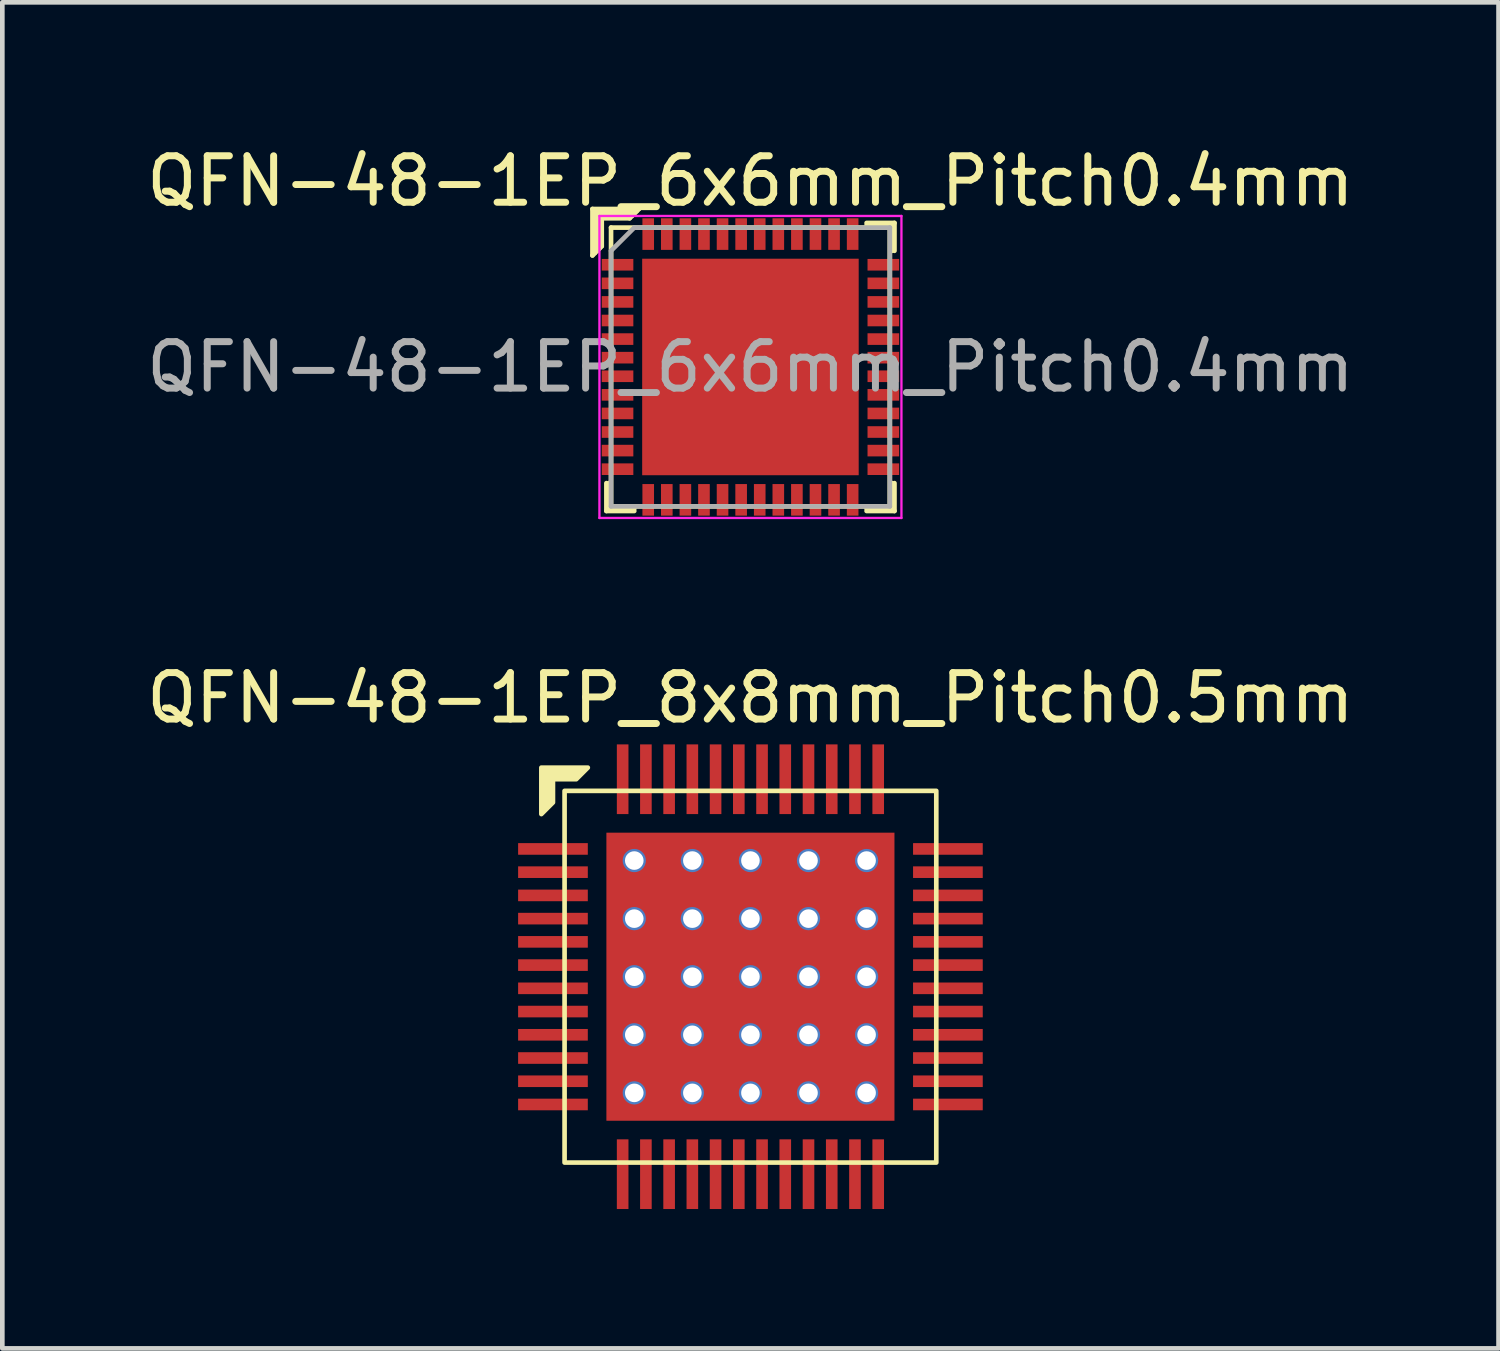
<source format=kicad_pcb>
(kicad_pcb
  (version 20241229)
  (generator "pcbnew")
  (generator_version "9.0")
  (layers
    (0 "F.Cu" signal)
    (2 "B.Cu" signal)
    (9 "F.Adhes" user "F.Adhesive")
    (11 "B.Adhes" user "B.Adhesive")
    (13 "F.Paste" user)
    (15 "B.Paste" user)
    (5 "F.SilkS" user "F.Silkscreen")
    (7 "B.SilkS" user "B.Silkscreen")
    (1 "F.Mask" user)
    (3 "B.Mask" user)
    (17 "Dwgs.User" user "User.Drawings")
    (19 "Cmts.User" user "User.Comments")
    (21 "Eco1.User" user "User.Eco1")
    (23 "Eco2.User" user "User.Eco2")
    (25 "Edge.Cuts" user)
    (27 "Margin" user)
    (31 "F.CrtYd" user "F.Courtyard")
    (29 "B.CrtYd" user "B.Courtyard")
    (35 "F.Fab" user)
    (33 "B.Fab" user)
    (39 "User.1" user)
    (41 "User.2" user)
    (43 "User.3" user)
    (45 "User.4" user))
  (footprint "QFN-48-1EP_6x6mm_Pitch0.4mm"
    (layer "F.Cu")
    (at 13.101 4.848)
    (property "Reference" "QFN-48-1EP_6x6mm_Pitch0.4mm" (at 0 -4 0) (layer "F.SilkS") (effects (font (size 1 1) (thickness 0.15))))
    (attr smd)
    (fp_line (start -3.4 -3.4) (end -2.4 -3.4) (stroke (width 0.1) (type solid)) (layer "F.SilkS"))
    (fp_line (start -3.4 -2.4) (end -3.4 -3.4) (stroke (width 0.1) (type solid)) (layer "F.SilkS"))
    (fp_line (start -3.35 -3.35) (end -2.45 -3.35) (stroke (width 0.1) (type solid)) (layer "F.SilkS"))
    (fp_line (start -3.35 -2.45) (end -3.35 -3.35) (stroke (width 0.1) (type solid)) (layer "F.SilkS"))
    (fp_line (start -3.3 -3.3) (end -3.3 -2.5) (stroke (width 0.1) (type solid)) (layer "F.SilkS"))
    (fp_line (start -3.25 -3.25) (end -3.25 -2.55) (stroke (width 0.1) (type solid)) (layer "F.SilkS"))
    (fp_line (start -3.2 -3.2) (end -3.2 -2.6) (stroke (width 0.1) (type solid)) (layer "F.SilkS"))
    (fp_line (start -3.2 -2.6) (end -3.4 -2.4) (stroke (width 0.1) (type solid)) (layer "F.SilkS"))
    (fp_line (start -3.1 3.1) (end -3.1 2.5) (stroke (width 0.1) (type solid)) (layer "F.SilkS"))
    (fp_line (start -3.05 3.05) (end -3.05 2.5) (stroke (width 0.1) (type solid)) (layer "F.SilkS"))
    (fp_line (start -3 -3) (end -3 3) (stroke (width 0.1) (type solid)) (layer "F.SilkS"))
    (fp_line (start -3 3) (end 3 3) (stroke (width 0.1) (type solid)) (layer "F.SilkS"))
    (fp_line (start -2.6 -3.2) (end -3.2 -3.2) (stroke (width 0.1) (type solid)) (layer "F.SilkS"))
    (fp_line (start -2.55 -3.25) (end -3.25 -3.25) (stroke (width 0.1) (type solid)) (layer "F.SilkS"))
    (fp_line (start -2.5 -3.3) (end -3.3 -3.3) (stroke (width 0.1) (type solid)) (layer "F.SilkS"))
    (fp_line (start -2.5 3.05) (end -3.05 3.05) (stroke (width 0.1) (type solid)) (layer "F.SilkS"))
    (fp_line (start -2.5 3.1) (end -3.1 3.1) (stroke (width 0.1) (type solid)) (layer "F.SilkS"))
    (fp_line (start -2.4 -3.4) (end -2.6 -3.2) (stroke (width 0.1) (type solid)) (layer "F.SilkS"))
    (fp_line (start 2.5 -3.05) (end 3.05 -3.05) (stroke (width 0.1) (type solid)) (layer "F.SilkS"))
    (fp_line (start 3 -3) (end -3 -3) (stroke (width 0.1) (type solid)) (layer "F.SilkS"))
    (fp_line (start 3 3) (end 3 -3) (stroke (width 0.1) (type solid)) (layer "F.SilkS"))
    (fp_line (start 3.05 -3.05) (end 3.05 -2.5) (stroke (width 0.1) (type solid)) (layer "F.SilkS"))
    (fp_line (start 3.05 2.5) (end 3.05 3.05) (stroke (width 0.1) (type solid)) (layer "F.SilkS"))
    (fp_line (start 3.05 3.05) (end 2.5 3.05) (stroke (width 0.1) (type solid)) (layer "F.SilkS"))
    (fp_line (start 3.1 -3.1) (end 2.5 -3.1) (stroke (width 0.1) (type solid)) (layer "F.SilkS"))
    (fp_line (start 3.1 -2.5) (end 3.1 -3.1) (stroke (width 0.1) (type solid)) (layer "F.SilkS"))
    (fp_line (start 3.1 2.5) (end 3.1 3.1) (stroke (width 0.1) (type solid)) (layer "F.SilkS"))
    (fp_line (start 3.1 3.1) (end 2.5 3.1) (stroke (width 0.1) (type solid)) (layer "F.SilkS"))
    (fp_line (start -3.25 -3.25) (end -3.25 3.25) (stroke (width 0.05) (type solid)) (layer "F.CrtYd"))
    (fp_line (start -3.25 3.25) (end 3.25 3.25) (stroke (width 0.05) (type solid)) (layer "F.CrtYd"))
    (fp_line (start 3.25 -3.25) (end -3.25 -3.25) (stroke (width 0.05) (type solid)) (layer "F.CrtYd"))
    (fp_line (start 3.25 3.25) (end 3.25 -3.25) (stroke (width 0.05) (type solid)) (layer "F.CrtYd"))
    (fp_line (start -3 3) (end -3 -2.5) (stroke (width 0.1) (type solid)) (layer "F.Fab"))
    (fp_line (start -2.5 -3) (end -3 -2.5) (stroke (width 0.1) (type solid)) (layer "F.Fab"))
    (fp_line (start 3 -3) (end -2.5 -3) (stroke (width 0.1) (type solid)) (layer "F.Fab"))
    (fp_line (start 3 -3) (end 3 3) (stroke (width 0.1) (type solid)) (layer "F.Fab"))
    (fp_line (start 3 3) (end -3 3) (stroke (width 0.1) (type solid)) (layer "F.Fab"))
    (fp_text user "${REFERENCE}" (at 0 0 0) (layer "F.Fab") (effects (font (size 1 1) (thickness 0.15))))
    (pad "" smd rect (at -1.725 -1.725) (size 0.9 0.9) (layers "F.Paste"))
    (pad "" smd rect (at -1.725 -0.575) (size 0.9 0.9) (layers "F.Paste"))
    (pad "" smd rect (at -1.725 0.575) (size 0.9 0.9) (layers "F.Paste"))
    (pad "" smd rect (at -1.725 1.725) (size 0.9 0.9) (layers "F.Paste"))
    (pad "" smd rect (at -0.575 -1.725) (size 0.9 0.9) (layers "F.Paste"))
    (pad "" smd rect (at -0.575 -0.575) (size 0.9 0.9) (layers "F.Paste"))
    (pad "" smd rect (at -0.575 0.575) (size 0.9 0.9) (layers "F.Paste"))
    (pad "" smd rect (at -0.575 1.725) (size 0.9 0.9) (layers "F.Paste"))
    (pad "" smd rect (at 0.575 -1.725) (size 0.9 0.9) (layers "F.Paste"))
    (pad "" smd rect (at 0.575 -0.575) (size 0.9 0.9) (layers "F.Paste"))
    (pad "" smd rect (at 0.575 0.575) (size 0.9 0.9) (layers "F.Paste"))
    (pad "" smd rect (at 0.575 1.725) (size 0.9 0.9) (layers "F.Paste"))
    (pad "" smd rect (at 1.725 -1.725) (size 0.9 0.9) (layers "F.Paste"))
    (pad "" smd rect (at 1.725 -0.575) (size 0.9 0.9) (layers "F.Paste"))
    (pad "" smd rect (at 1.725 0.575) (size 0.9 0.9) (layers "F.Paste"))
    (pad "" smd rect (at 1.725 1.725) (size 0.9 0.9) (layers "F.Paste"))
    (pad "1" smd rect (at -2.86 -2.2) (size 0.68 0.25) (layers "F.Cu" "F.Mask" "F.Paste"))
    (pad "2" smd rect (at -2.86 -1.8) (size 0.68 0.25) (layers "F.Cu" "F.Mask" "F.Paste"))
    (pad "3" smd rect (at -2.86 -1.4) (size 0.68 0.25) (layers "F.Cu" "F.Mask" "F.Paste"))
    (pad "4" smd rect (at -2.86 -1) (size 0.68 0.25) (layers "F.Cu" "F.Mask" "F.Paste"))
    (pad "5" smd rect (at -2.86 -0.6) (size 0.68 0.25) (layers "F.Cu" "F.Mask" "F.Paste"))
    (pad "6" smd rect (at -2.86 -0.2) (size 0.68 0.25) (layers "F.Cu" "F.Mask" "F.Paste"))
    (pad "7" smd rect (at -2.86 0.2) (size 0.68 0.25) (layers "F.Cu" "F.Mask" "F.Paste"))
    (pad "8" smd rect (at -2.86 0.6) (size 0.68 0.25) (layers "F.Cu" "F.Mask" "F.Paste"))
    (pad "9" smd rect (at -2.86 1) (size 0.68 0.25) (layers "F.Cu" "F.Mask" "F.Paste"))
    (pad "10" smd rect (at -2.86 1.4) (size 0.68 0.25) (layers "F.Cu" "F.Mask" "F.Paste"))
    (pad "11" smd rect (at -2.86 1.8) (size 0.68 0.25) (layers "F.Cu" "F.Mask" "F.Paste"))
    (pad "12" smd rect (at -2.86 2.2) (size 0.68 0.25) (layers "F.Cu" "F.Mask" "F.Paste"))
    (pad "13" smd rect (at -2.2 2.86) (size 0.25 0.68) (layers "F.Cu" "F.Mask" "F.Paste"))
    (pad "14" smd rect (at -1.8 2.86) (size 0.25 0.68) (layers "F.Cu" "F.Mask" "F.Paste"))
    (pad "15" smd rect (at -1.4 2.86) (size 0.25 0.68) (layers "F.Cu" "F.Mask" "F.Paste"))
    (pad "16" smd rect (at -1 2.86) (size 0.25 0.68) (layers "F.Cu" "F.Mask" "F.Paste"))
    (pad "17" smd rect (at -0.6 2.86) (size 0.25 0.68) (layers "F.Cu" "F.Mask" "F.Paste"))
    (pad "18" smd rect (at -0.2 2.86) (size 0.25 0.68) (layers "F.Cu" "F.Mask" "F.Paste"))
    (pad "19" smd rect (at 0.2 2.86) (size 0.25 0.68) (layers "F.Cu" "F.Mask" "F.Paste"))
    (pad "20" smd rect (at 0.6 2.86) (size 0.25 0.68) (layers "F.Cu" "F.Mask" "F.Paste"))
    (pad "21" smd rect (at 1 2.86) (size 0.25 0.68) (layers "F.Cu" "F.Mask" "F.Paste"))
    (pad "22" smd rect (at 1.4 2.86) (size 0.25 0.68) (layers "F.Cu" "F.Mask" "F.Paste"))
    (pad "23" smd rect (at 1.8 2.86) (size 0.25 0.68) (layers "F.Cu" "F.Mask" "F.Paste"))
    (pad "24" smd rect (at 2.2 2.86) (size 0.25 0.68) (layers "F.Cu" "F.Mask" "F.Paste"))
    (pad "25" smd rect (at 2.86 2.2) (size 0.68 0.25) (layers "F.Cu" "F.Mask" "F.Paste"))
    (pad "26" smd rect (at 2.86 1.8) (size 0.68 0.25) (layers "F.Cu" "F.Mask" "F.Paste"))
    (pad "27" smd rect (at 2.86 1.4) (size 0.68 0.25) (layers "F.Cu" "F.Mask" "F.Paste"))
    (pad "28" smd rect (at 2.86 1) (size 0.68 0.25) (layers "F.Cu" "F.Mask" "F.Paste"))
    (pad "29" smd rect (at 2.86 0.6) (size 0.68 0.25) (layers "F.Cu" "F.Mask" "F.Paste"))
    (pad "30" smd rect (at 2.86 0.2) (size 0.68 0.25) (layers "F.Cu" "F.Mask" "F.Paste"))
    (pad "31" smd rect (at 2.86 -0.2) (size 0.68 0.25) (layers "F.Cu" "F.Mask" "F.Paste"))
    (pad "32" smd rect (at 2.86 -0.6) (size 0.68 0.25) (layers "F.Cu" "F.Mask" "F.Paste"))
    (pad "33" smd rect (at 2.86 -1) (size 0.68 0.25) (layers "F.Cu" "F.Mask" "F.Paste"))
    (pad "34" smd rect (at 2.86 -1.4) (size 0.68 0.25) (layers "F.Cu" "F.Mask" "F.Paste"))
    (pad "35" smd rect (at 2.86 -1.8) (size 0.68 0.25) (layers "F.Cu" "F.Mask" "F.Paste"))
    (pad "36" smd rect (at 2.86 -2.2) (size 0.68 0.25) (layers "F.Cu" "F.Mask" "F.Paste"))
    (pad "37" smd rect (at 2.2 -2.86) (size 0.25 0.68) (layers "F.Cu" "F.Mask" "F.Paste"))
    (pad "38" smd rect (at 1.8 -2.86) (size 0.25 0.68) (layers "F.Cu" "F.Mask" "F.Paste"))
    (pad "39" smd rect (at 1.4 -2.86) (size 0.25 0.68) (layers "F.Cu" "F.Mask" "F.Paste"))
    (pad "40" smd rect (at 1 -2.86) (size 0.25 0.68) (layers "F.Cu" "F.Mask" "F.Paste"))
    (pad "41" smd rect (at 0.6 -2.86) (size 0.25 0.68) (layers "F.Cu" "F.Mask" "F.Paste"))
    (pad "42" smd rect (at 0.2 -2.86) (size 0.25 0.68) (layers "F.Cu" "F.Mask" "F.Paste"))
    (pad "43" smd rect (at -0.2 -2.86) (size 0.25 0.68) (layers "F.Cu" "F.Mask" "F.Paste"))
    (pad "44" smd rect (at -0.6 -2.86) (size 0.25 0.68) (layers "F.Cu" "F.Mask" "F.Paste"))
    (pad "45" smd rect (at -1 -2.86) (size 0.25 0.68) (layers "F.Cu" "F.Mask" "F.Paste"))
    (pad "46" smd rect (at -1.4 -2.86) (size 0.25 0.68) (layers "F.Cu" "F.Mask" "F.Paste"))
    (pad "47" smd rect (at -1.8 -2.86) (size 0.25 0.68) (layers "F.Cu" "F.Mask" "F.Paste"))
    (pad "48" smd rect (at -2.2 -2.86) (size 0.25 0.68) (layers "F.Cu" "F.Mask" "F.Paste"))
    (pad "49" smd rect (at 0 0) (size 4.66 4.66) (layers "F.Cu" "F.Mask")))
  (footprint "QFN-48-1EP_8x8mm_Pitch0.5mm"
    (layer "F.Cu")
    (at 13.101 17.971)
    (property "Reference" "QFN-48-1EP_8x8mm_Pitch0.5mm" (at 0 -6 0) (layer "F.SilkS") (effects (font (size 1 1) (thickness 0.15))))
    (attr smd)
    (fp_rect (start -4 -4) (end 4 4) (stroke (width 0.1) (type solid)) (fill no) (layer "F.SilkS"))
    (fp_poly (pts (xy -3.75 -4.25) (xy -4.25 -4.25) (xy -4.25 -3.75) (xy -4.5 -3.5) (xy -4.5 -4.5) (xy -3.5 -4.5)) (stroke (width 0.1) (type solid)) (fill yes) (layer "F.SilkS"))
    (fp_rect (start -2.25 -2.25) (end -1.5 -1.5) (stroke (width 0.12) (type solid)) (fill yes) (layer "F.Paste"))
    (fp_rect (start -2.25 -1) (end -1.5 -0.25) (stroke (width 0.12) (type solid)) (fill yes) (layer "F.Paste"))
    (fp_rect (start -2.25 0.25) (end -1.5 1) (stroke (width 0.12) (type solid)) (fill yes) (layer "F.Paste"))
    (fp_rect (start -2.25 1.5) (end -1.5 2.25) (stroke (width 0.12) (type solid)) (fill yes) (layer "F.Paste"))
    (fp_rect (start -1 -2.25) (end -0.25 -1.5) (stroke (width 0.12) (type solid)) (fill yes) (layer "F.Paste"))
    (fp_rect (start -1 -1) (end -0.25 -0.25) (stroke (width 0.12) (type solid)) (fill yes) (layer "F.Paste"))
    (fp_rect (start -1 0.25) (end -0.25 1) (stroke (width 0.12) (type solid)) (fill yes) (layer "F.Paste"))
    (fp_rect (start -1 1.5) (end -0.25 2.25) (stroke (width 0.12) (type solid)) (fill yes) (layer "F.Paste"))
    (fp_rect (start 0.25 -2.25) (end 1 -1.5) (stroke (width 0.12) (type solid)) (fill yes) (layer "F.Paste"))
    (fp_rect (start 0.25 -1) (end 1 -0.25) (stroke (width 0.12) (type solid)) (fill yes) (layer "F.Paste"))
    (fp_rect (start 0.25 0.25) (end 1 1) (stroke (width 0.12) (type solid)) (fill yes) (layer "F.Paste"))
    (fp_rect (start 0.25 1.5) (end 1 2.25) (stroke (width 0.12) (type solid)) (fill yes) (layer "F.Paste"))
    (fp_rect (start 1.5 -2.25) (end 2.25 -1.5) (stroke (width 0.12) (type solid)) (fill yes) (layer "F.Paste"))
    (fp_rect (start 1.5 -1) (end 2.25 -0.25) (stroke (width 0.12) (type solid)) (fill yes) (layer "F.Paste"))
    (fp_rect (start 1.5 0.25) (end 2.25 1) (stroke (width 0.12) (type solid)) (fill yes) (layer "F.Paste"))
    (fp_rect (start 1.5 1.5) (end 2.25 2.25) (stroke (width 0.12) (type solid)) (fill yes) (layer "F.Paste"))
    (pad "1" smd rect (at -4.25 -2.75) (size 1.5 0.25) (layers "F.Cu" "F.Mask" "F.Paste"))
    (pad "2" smd rect (at -4.25 -2.25) (size 1.5 0.25) (layers "F.Cu" "F.Mask" "F.Paste"))
    (pad "3" smd rect (at -4.25 -1.75) (size 1.5 0.25) (layers "F.Cu" "F.Mask" "F.Paste"))
    (pad "4" smd rect (at -4.25 -1.25) (size 1.5 0.25) (layers "F.Cu" "F.Mask" "F.Paste"))
    (pad "5" smd rect (at -4.25 -0.75) (size 1.5 0.25) (layers "F.Cu" "F.Mask" "F.Paste"))
    (pad "6" smd rect (at -4.25 -0.25) (size 1.5 0.25) (layers "F.Cu" "F.Mask" "F.Paste"))
    (pad "7" smd rect (at -4.25 0.25) (size 1.5 0.25) (layers "F.Cu" "F.Mask" "F.Paste"))
    (pad "8" smd rect (at -4.25 0.75) (size 1.5 0.25) (layers "F.Cu" "F.Mask" "F.Paste"))
    (pad "9" smd rect (at -4.25 1.25) (size 1.5 0.25) (layers "F.Cu" "F.Mask" "F.Paste"))
    (pad "10" smd rect (at -4.25 1.75) (size 1.5 0.25) (layers "F.Cu" "F.Mask" "F.Paste"))
    (pad "11" smd rect (at -4.25 2.25) (size 1.5 0.25) (layers "F.Cu" "F.Mask" "F.Paste"))
    (pad "12" smd rect (at -4.25 2.75) (size 1.5 0.25) (layers "F.Cu" "F.Mask" "F.Paste"))
    (pad "13" smd rect (at -2.75 4.25 90) (size 1.5 0.25) (layers "F.Cu" "F.Mask" "F.Paste"))
    (pad "14" smd rect (at -2.25 4.25 90) (size 1.5 0.25) (layers "F.Cu" "F.Mask" "F.Paste"))
    (pad "15" smd rect (at -1.75 4.25 90) (size 1.5 0.25) (layers "F.Cu" "F.Mask" "F.Paste"))
    (pad "16" smd rect (at -1.25 4.25 90) (size 1.5 0.25) (layers "F.Cu" "F.Mask" "F.Paste"))
    (pad "17" smd rect (at -0.75 4.25 90) (size 1.5 0.25) (layers "F.Cu" "F.Mask" "F.Paste"))
    (pad "18" smd rect (at -0.25 4.25 90) (size 1.5 0.25) (layers "F.Cu" "F.Mask" "F.Paste"))
    (pad "19" smd rect (at 0.25 4.25 90) (size 1.5 0.25) (layers "F.Cu" "F.Mask" "F.Paste"))
    (pad "20" smd rect (at 0.75 4.25 90) (size 1.5 0.25) (layers "F.Cu" "F.Mask" "F.Paste"))
    (pad "21" smd rect (at 1.25 4.25 90) (size 1.5 0.25) (layers "F.Cu" "F.Mask" "F.Paste"))
    (pad "22" smd rect (at 1.75 4.25 90) (size 1.5 0.25) (layers "F.Cu" "F.Mask" "F.Paste"))
    (pad "23" smd rect (at 2.25 4.25 90) (size 1.5 0.25) (layers "F.Cu" "F.Mask" "F.Paste"))
    (pad "24" smd rect (at 2.75 4.25 90) (size 1.5 0.25) (layers "F.Cu" "F.Mask" "F.Paste"))
    (pad "25" smd rect (at 4.25 2.75) (size 1.5 0.25) (layers "F.Cu" "F.Mask" "F.Paste"))
    (pad "26" smd rect (at 4.25 2.25) (size 1.5 0.25) (layers "F.Cu" "F.Mask" "F.Paste"))
    (pad "27" smd rect (at 4.25 1.75) (size 1.5 0.25) (layers "F.Cu" "F.Mask" "F.Paste"))
    (pad "28" smd rect (at 4.25 1.25) (size 1.5 0.25) (layers "F.Cu" "F.Mask" "F.Paste"))
    (pad "29" smd rect (at 4.25 0.75) (size 1.5 0.25) (layers "F.Cu" "F.Mask" "F.Paste"))
    (pad "30" smd rect (at 4.25 0.25) (size 1.5 0.25) (layers "F.Cu" "F.Mask" "F.Paste"))
    (pad "31" smd rect (at 4.25 -0.25) (size 1.5 0.25) (layers "F.Cu" "F.Mask" "F.Paste"))
    (pad "32" smd rect (at 4.25 -0.75) (size 1.5 0.25) (layers "F.Cu" "F.Mask" "F.Paste"))
    (pad "33" smd rect (at 4.25 -1.25) (size 1.5 0.25) (layers "F.Cu" "F.Mask" "F.Paste"))
    (pad "34" smd rect (at 4.25 -1.75) (size 1.5 0.25) (layers "F.Cu" "F.Mask" "F.Paste"))
    (pad "35" smd rect (at 4.25 -2.25) (size 1.5 0.25) (layers "F.Cu" "F.Mask" "F.Paste"))
    (pad "36" smd rect (at 4.25 -2.75) (size 1.5 0.25) (layers "F.Cu" "F.Mask" "F.Paste"))
    (pad "37" smd rect (at 2.75 -4.25 90) (size 1.5 0.25) (layers "F.Cu" "F.Mask" "F.Paste"))
    (pad "38" smd rect (at 2.25 -4.25 90) (size 1.5 0.25) (layers "F.Cu" "F.Mask" "F.Paste"))
    (pad "39" smd rect (at 1.75 -4.25 90) (size 1.5 0.25) (layers "F.Cu" "F.Mask" "F.Paste"))
    (pad "40" smd rect (at 1.25 -4.25 90) (size 1.5 0.25) (layers "F.Cu" "F.Mask" "F.Paste"))
    (pad "41" smd rect (at 0.75 -4.25 90) (size 1.5 0.25) (layers "F.Cu" "F.Mask" "F.Paste"))
    (pad "42" smd rect (at 0.25 -4.25 90) (size 1.5 0.25) (layers "F.Cu" "F.Mask" "F.Paste"))
    (pad "43" smd rect (at -0.25 -4.25 90) (size 1.5 0.25) (layers "F.Cu" "F.Mask" "F.Paste"))
    (pad "44" smd rect (at -0.75 -4.25 90) (size 1.5 0.25) (layers "F.Cu" "F.Mask" "F.Paste"))
    (pad "45" smd rect (at -1.25 -4.25 90) (size 1.5 0.25) (layers "F.Cu" "F.Mask" "F.Paste"))
    (pad "46" smd rect (at -1.75 -4.25 90) (size 1.5 0.25) (layers "F.Cu" "F.Mask" "F.Paste"))
    (pad "47" smd rect (at -2.25 -4.25 90) (size 1.5 0.25) (layers "F.Cu" "F.Mask" "F.Paste"))
    (pad "48" smd rect (at -2.75 -4.25 90) (size 1.5 0.25) (layers "F.Cu" "F.Mask" "F.Paste"))
    (pad "49" thru_hole circle (at -2.5 -2.5) (size 0.5 0.5) (drill 0.4) (layers "*.Cu" "*.Mask"))
    (pad "49" thru_hole circle (at -2.5 -1.25) (size 0.5 0.5) (drill 0.4) (layers "*.Cu" "*.Mask"))
    (pad "49" thru_hole circle (at -2.5 0) (size 0.5 0.5) (drill 0.4) (layers "*.Cu" "*.Mask"))
    (pad "49" thru_hole circle (at -2.5 1.25) (size 0.5 0.5) (drill 0.4) (layers "*.Cu" "*.Mask"))
    (pad "49" thru_hole circle (at -2.5 2.5) (size 0.5 0.5) (drill 0.4) (layers "*.Cu" "*.Mask"))
    (pad "49" thru_hole circle (at -1.25 -2.5) (size 0.5 0.5) (drill 0.4) (layers "*.Cu" "*.Mask"))
    (pad "49" thru_hole circle (at -1.25 -1.25) (size 0.5 0.5) (drill 0.4) (layers "*.Cu" "*.Mask"))
    (pad "49" thru_hole circle (at -1.25 0) (size 0.5 0.5) (drill 0.4) (layers "*.Cu" "*.Mask"))
    (pad "49" thru_hole circle (at -1.25 1.25) (size 0.5 0.5) (drill 0.4) (layers "*.Cu" "*.Mask"))
    (pad "49" thru_hole circle (at -1.25 2.5) (size 0.5 0.5) (drill 0.4) (layers "*.Cu" "*.Mask"))
    (pad "49" thru_hole circle (at 0 -2.5) (size 0.5 0.5) (drill 0.4) (layers "*.Cu" "*.Mask"))
    (pad "49" thru_hole circle (at 0 -1.25) (size 0.5 0.5) (drill 0.4) (layers "*.Cu" "*.Mask"))
    (pad "49" thru_hole circle (at 0 0) (size 0.5 0.5) (drill 0.4) (layers "*.Cu" "*.Mask"))
    (pad "49" smd rect (at 0 0) (size 6.2 6.2) (layers "F.Cu" "F.Mask"))
    (pad "49" thru_hole circle (at 0 1.25) (size 0.5 0.5) (drill 0.4) (layers "*.Cu" "*.Mask"))
    (pad "49" thru_hole circle (at 0 2.5) (size 0.5 0.5) (drill 0.4) (layers "*.Cu" "*.Mask"))
    (pad "49" thru_hole circle (at 1.25 -2.5) (size 0.5 0.5) (drill 0.4) (layers "*.Cu" "*.Mask"))
    (pad "49" thru_hole circle (at 1.25 -1.25) (size 0.5 0.5) (drill 0.4) (layers "*.Cu" "*.Mask"))
    (pad "49" thru_hole circle (at 1.25 0) (size 0.5 0.5) (drill 0.4) (layers "*.Cu" "*.Mask"))
    (pad "49" thru_hole circle (at 1.25 1.25) (size 0.5 0.5) (drill 0.4) (layers "*.Cu" "*.Mask"))
    (pad "49" thru_hole circle (at 1.25 2.5) (size 0.5 0.5) (drill 0.4) (layers "*.Cu" "*.Mask"))
    (pad "49" thru_hole circle (at 2.5 -2.5) (size 0.5 0.5) (drill 0.4) (layers "*.Cu" "*.Mask"))
    (pad "49" thru_hole circle (at 2.5 -1.25) (size 0.5 0.5) (drill 0.4) (layers "*.Cu" "*.Mask"))
    (pad "49" thru_hole circle (at 2.5 0) (size 0.5 0.5) (drill 0.4) (layers "*.Cu" "*.Mask"))
    (pad "49" thru_hole circle (at 2.5 1.25) (size 0.5 0.5) (drill 0.4) (layers "*.Cu" "*.Mask"))
    (pad "49" thru_hole circle (at 2.5 2.5) (size 0.5 0.5) (drill 0.4) (layers "*.Cu" "*.Mask")))
  (gr_rect
    (start -3 -3)
    (end 29.202 25.971)
    (stroke (width 0.1) (type default))
    (fill no)
    (layer "Edge.Cuts")))
</source>
